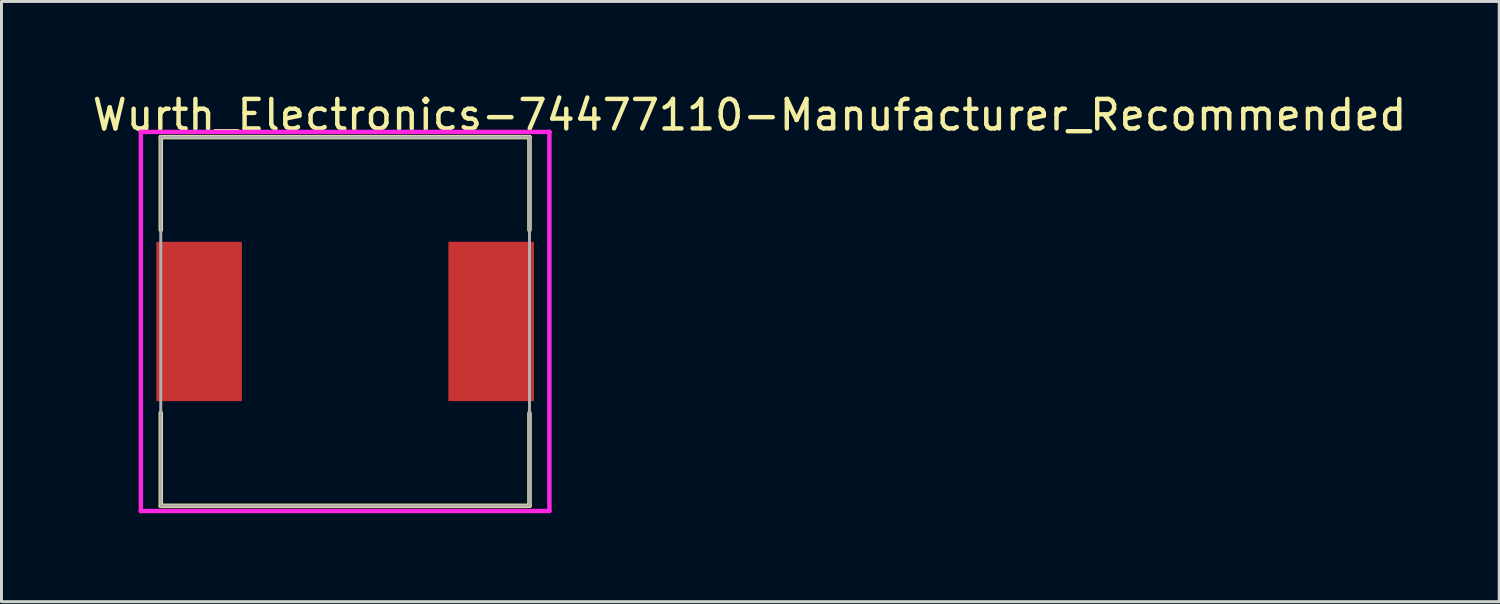
<source format=kicad_pcb>
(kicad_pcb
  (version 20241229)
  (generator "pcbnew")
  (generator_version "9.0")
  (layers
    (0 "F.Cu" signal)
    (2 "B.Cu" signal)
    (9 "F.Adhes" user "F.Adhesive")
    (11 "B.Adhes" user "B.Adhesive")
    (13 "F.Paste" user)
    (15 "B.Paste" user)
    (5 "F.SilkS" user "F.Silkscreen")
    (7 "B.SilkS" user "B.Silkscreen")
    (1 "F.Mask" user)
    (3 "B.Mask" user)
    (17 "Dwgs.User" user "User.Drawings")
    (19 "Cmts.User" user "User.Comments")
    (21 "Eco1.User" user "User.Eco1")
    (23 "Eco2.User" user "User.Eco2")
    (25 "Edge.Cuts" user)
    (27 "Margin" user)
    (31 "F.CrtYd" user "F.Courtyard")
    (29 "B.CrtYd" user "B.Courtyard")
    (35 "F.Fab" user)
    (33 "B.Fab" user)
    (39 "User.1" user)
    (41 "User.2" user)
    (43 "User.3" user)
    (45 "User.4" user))
  (footprint "Wurth_Electronics-74477110-Manufacturer_Recommended"
    (layer "F.Cu")
    (at 8.65 7.848)
    (property "Reference" "Wurth_Electronics-74477110-Manufacturer_Recommended" (at -8.65 -7 0) (layer "F.SilkS") (effects (font (size 1 1) (thickness 0.15)) (justify left)))
    (attr through_hole)
    (fp_line (start -6.25 -6.25) (end 6.25 -6.25) (stroke (width 0.15) (type solid)) (layer "F.SilkS"))
    (fp_line (start -6.25 -3.1) (end -6.25 -6.25) (stroke (width 0.15) (type solid)) (layer "F.SilkS"))
    (fp_line (start -6.25 6.25) (end -6.25 3.1) (stroke (width 0.15) (type solid)) (layer "F.SilkS"))
    (fp_line (start -6.25 6.25) (end 6.25 6.25) (stroke (width 0.15) (type solid)) (layer "F.SilkS"))
    (fp_line (start 6.25 -3.1) (end 6.25 -6.25) (stroke (width 0.15) (type solid)) (layer "F.SilkS"))
    (fp_line (start 6.25 6.25) (end 6.25 3.1) (stroke (width 0.15) (type solid)) (layer "F.SilkS"))
    (fp_line (start -6.925 -6.425) (end -6.925 6.425) (stroke (width 0.15) (type solid)) (layer "F.CrtYd"))
    (fp_line (start -6.925 6.425) (end 6.925 6.425) (stroke (width 0.15) (type solid)) (layer "F.CrtYd"))
    (fp_line (start 6.925 -6.425) (end -6.925 -6.425) (stroke (width 0.15) (type solid)) (layer "F.CrtYd"))
    (fp_line (start 6.925 -6.425) (end 6.925 -6.425) (stroke (width 0.15) (type solid)) (layer "F.CrtYd"))
    (fp_line (start 6.925 6.425) (end 6.925 -6.425) (stroke (width 0.15) (type solid)) (layer "F.CrtYd"))
    (fp_line (start -6.25 -6.25) (end 6.25 -6.25) (stroke (width 0.1) (type solid)) (layer "F.Fab"))
    (fp_line (start -6.25 6.25) (end -6.25 -6.25) (stroke (width 0.1) (type solid)) (layer "F.Fab"))
    (fp_line (start -6.25 6.25) (end 6.25 6.25) (stroke (width 0.1) (type solid)) (layer "F.Fab"))
    (fp_line (start 6.25 6.25) (end 6.25 -6.25) (stroke (width 0.1) (type solid)) (layer "F.Fab"))
    (pad "1" smd rect (at -4.95 -0.000001 270) (size 5.4 2.9) (layers "F.Cu" "F.Mask" "F.Paste"))
    (pad "2" smd rect (at 4.95 -0.000001 270) (size 5.4 2.9) (layers "F.Cu" "F.Mask" "F.Paste")))
  (gr_rect
    (start -3 -3)
    (end 47.774 17.348)
    (stroke (width 0.1) (type default))
    (fill no)
    (layer "Edge.Cuts")))
</source>
